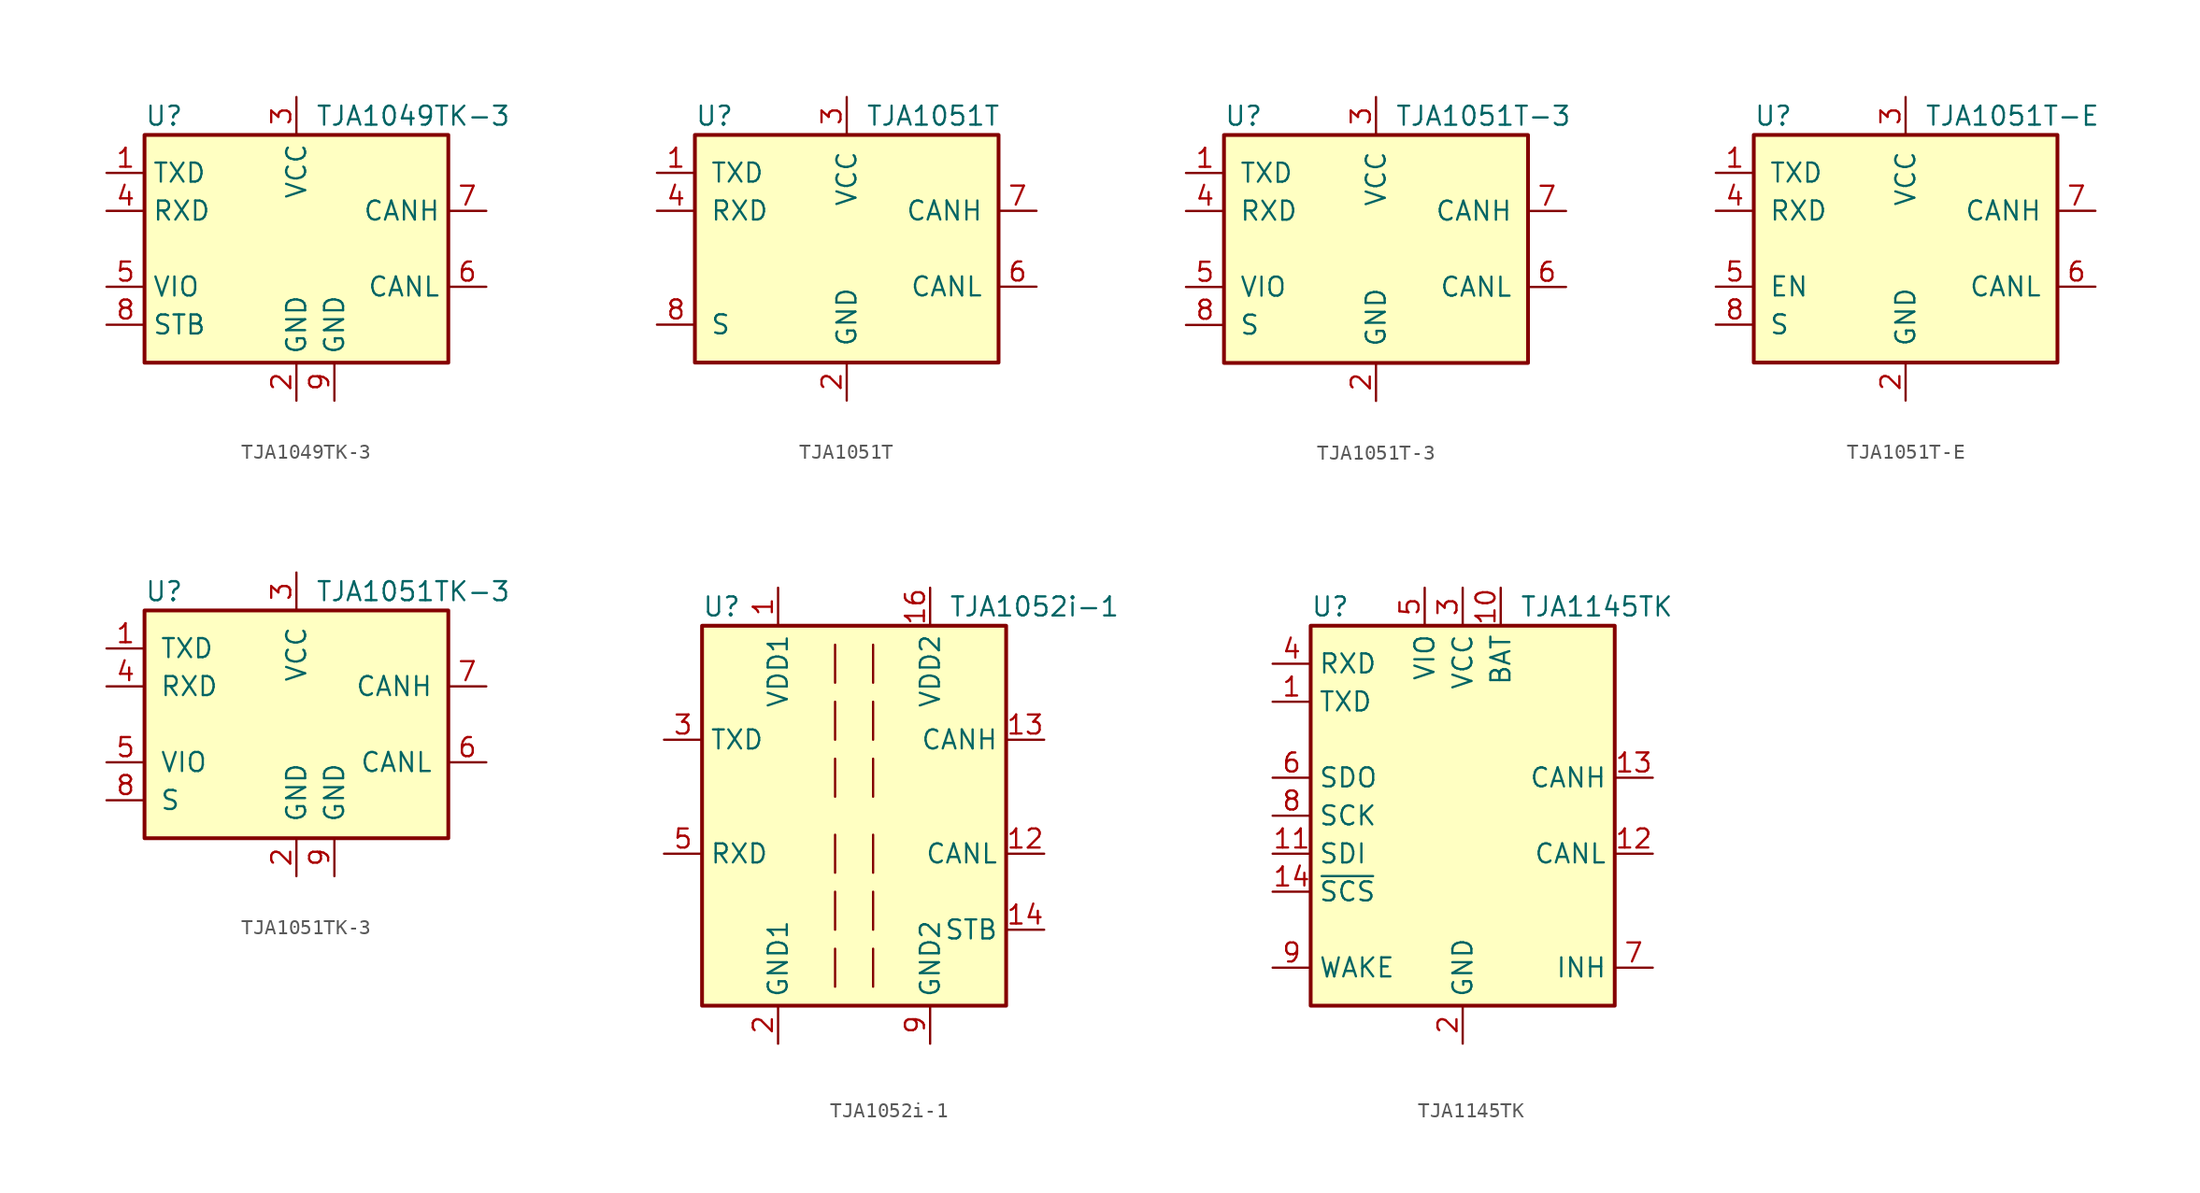
<source format=kicad_sym>
(kicad_symbol_lib
  (version 20211014)
  (generator kicad_symbol_editor)
  (symbol "TJA1049TK-3"
    (property "Reference" "U"
      (at -10.16 8.89 0)
      (effects (font (size 1.27 1.27)) (justify left)))
    (property "Value" "TJA1049TK-3"
      (at 1.27 8.89 0)
      (effects (font (size 1.27 1.27)) (justify left)))
    (symbol "TJA1049TK-3_0_1"
      (rectangle (start -10.16 7.62) (end 10.16 -7.62) (stroke (width 0.254) (type default) (color 0 0 0 0)) (fill (type background))))
    (symbol "TJA1049TK-3_1_1"
      (pin input line (at -12.7 5.08 0) (length 2.54) (name "TXD" (effects (font (size 1.27 1.27)))) (number "1" (effects (font (size 1.27 1.27)))))
      (pin power_in line (at 0 -10.16 90) (length 2.54) (name "GND" (effects (font (size 1.27 1.27)))) (number "2" (effects (font (size 1.27 1.27)))))
      (pin power_in line (at 0 10.16 270) (length 2.54) (name "VCC" (effects (font (size 1.27 1.27)))) (number "3" (effects (font (size 1.27 1.27)))))
      (pin output line (at -12.7 2.54 0) (length 2.54) (name "RXD" (effects (font (size 1.27 1.27)))) (number "4" (effects (font (size 1.27 1.27)))))
      (pin power_in line (at -12.7 -2.54 0) (length 2.54) (name "VIO" (effects (font (size 1.27 1.27)))) (number "5" (effects (font (size 1.27 1.27)))))
      (pin bidirectional line (at 12.7 -2.54 180) (length 2.54) (name "CANL" (effects (font (size 1.27 1.27)))) (number "6" (effects (font (size 1.27 1.27)))))
      (pin bidirectional line (at 12.7 2.54 180) (length 2.54) (name "CANH" (effects (font (size 1.27 1.27)))) (number "7" (effects (font (size 1.27 1.27)))))
      (pin input line (at -12.7 -5.08 0) (length 2.54) (name "STB" (effects (font (size 1.27 1.27)))) (number "8" (effects (font (size 1.27 1.27)))))
      (pin power_in line (at 2.54 -10.16 90) (length 2.54) (name "GND" (effects (font (size 1.27 1.27)))) (number "9" (effects (font (size 1.27 1.27)))))))
  (symbol "TJA1051T"
    (pin_names
      (offset 1.016))
    (property "Reference" "U"
      (at -10.16 8.89 0)
      (effects (font (size 1.27 1.27)) (justify left)))
    (property "Value" "TJA1051T"
      (at 1.27 8.89 0)
      (effects (font (size 1.27 1.27)) (justify left)))
    (symbol "TJA1051T_0_1"
      (rectangle (start -10.16 7.62) (end 10.16 -7.62) (stroke (width 0.254) (type default) (color 0 0 0 0)) (fill (type background))))
    (symbol "TJA1051T_1_1"
      (pin input line (at -12.7 5.08 0) (length 2.54) (name "TXD" (effects (font (size 1.27 1.27)))) (number "1" (effects (font (size 1.27 1.27)))))
      (pin power_in line (at 0 -10.16 90) (length 2.54) (name "GND" (effects (font (size 1.27 1.27)))) (number "2" (effects (font (size 1.27 1.27)))))
      (pin power_in line (at 0 10.16 270) (length 2.54) (name "VCC" (effects (font (size 1.27 1.27)))) (number "3" (effects (font (size 1.27 1.27)))))
      (pin output line (at -12.7 2.54 0) (length 2.54) (name "RXD" (effects (font (size 1.27 1.27)))) (number "4" (effects (font (size 1.27 1.27)))))
      (pin no_connect line (at -12.7 -2.54 0) (length 2.54) hide (name "n.c." (effects (font (size 1.27 1.27)))) (number "5" (effects (font (size 1.27 1.27)))))
      (pin bidirectional line (at 12.7 -2.54 180) (length 2.54) (name "CANL" (effects (font (size 1.27 1.27)))) (number "6" (effects (font (size 1.27 1.27)))))
      (pin bidirectional line (at 12.7 2.54 180) (length 2.54) (name "CANH" (effects (font (size 1.27 1.27)))) (number "7" (effects (font (size 1.27 1.27)))))
      (pin input line (at -12.7 -5.08 0) (length 2.54) (name "S" (effects (font (size 1.27 1.27)))) (number "8" (effects (font (size 1.27 1.27)))))))
  (symbol "TJA1051T-3"
    (pin_names
      (offset 1.016))
    (property "Reference" "U"
      (at -10.16 8.89 0)
      (effects (font (size 1.27 1.27)) (justify left)))
    (property "Value" "TJA1051T-3"
      (at 1.27 8.89 0)
      (effects (font (size 1.27 1.27)) (justify left)))
    (symbol "TJA1051T-3_0_1"
      (rectangle (start -10.16 7.62) (end 10.16 -7.62) (stroke (width 0.254) (type default) (color 0 0 0 0)) (fill (type background))))
    (symbol "TJA1051T-3_1_1"
      (pin input line (at -12.7 5.08 0) (length 2.54) (name "TXD" (effects (font (size 1.27 1.27)))) (number "1" (effects (font (size 1.27 1.27)))))
      (pin power_in line (at 0 -10.16 90) (length 2.54) (name "GND" (effects (font (size 1.27 1.27)))) (number "2" (effects (font (size 1.27 1.27)))))
      (pin power_in line (at 0 10.16 270) (length 2.54) (name "VCC" (effects (font (size 1.27 1.27)))) (number "3" (effects (font (size 1.27 1.27)))))
      (pin output line (at -12.7 2.54 0) (length 2.54) (name "RXD" (effects (font (size 1.27 1.27)))) (number "4" (effects (font (size 1.27 1.27)))))
      (pin power_in line (at -12.7 -2.54 0) (length 2.54) (name "VIO" (effects (font (size 1.27 1.27)))) (number "5" (effects (font (size 1.27 1.27)))))
      (pin bidirectional line (at 12.7 -2.54 180) (length 2.54) (name "CANL" (effects (font (size 1.27 1.27)))) (number "6" (effects (font (size 1.27 1.27)))))
      (pin bidirectional line (at 12.7 2.54 180) (length 2.54) (name "CANH" (effects (font (size 1.27 1.27)))) (number "7" (effects (font (size 1.27 1.27)))))
      (pin input line (at -12.7 -5.08 0) (length 2.54) (name "S" (effects (font (size 1.27 1.27)))) (number "8" (effects (font (size 1.27 1.27)))))))
  (symbol "TJA1051T-E"
    (pin_names
      (offset 1.016))
    (property "Reference" "U"
      (at -10.16 8.89 0)
      (effects (font (size 1.27 1.27)) (justify left)))
    (property "Value" "TJA1051T-E"
      (at 1.27 8.89 0)
      (effects (font (size 1.27 1.27)) (justify left)))
    (symbol "TJA1051T-E_0_1"
      (rectangle (start -10.16 7.62) (end 10.16 -7.62) (stroke (width 0.254) (type default) (color 0 0 0 0)) (fill (type background))))
    (symbol "TJA1051T-E_1_1"
      (pin input line (at -12.7 5.08 0) (length 2.54) (name "TXD" (effects (font (size 1.27 1.27)))) (number "1" (effects (font (size 1.27 1.27)))))
      (pin power_in line (at 0 -10.16 90) (length 2.54) (name "GND" (effects (font (size 1.27 1.27)))) (number "2" (effects (font (size 1.27 1.27)))))
      (pin power_in line (at 0 10.16 270) (length 2.54) (name "VCC" (effects (font (size 1.27 1.27)))) (number "3" (effects (font (size 1.27 1.27)))))
      (pin output line (at -12.7 2.54 0) (length 2.54) (name "RXD" (effects (font (size 1.27 1.27)))) (number "4" (effects (font (size 1.27 1.27)))))
      (pin input line (at -12.7 -2.54 0) (length 2.54) (name "EN" (effects (font (size 1.27 1.27)))) (number "5" (effects (font (size 1.27 1.27)))))
      (pin bidirectional line (at 12.7 -2.54 180) (length 2.54) (name "CANL" (effects (font (size 1.27 1.27)))) (number "6" (effects (font (size 1.27 1.27)))))
      (pin bidirectional line (at 12.7 2.54 180) (length 2.54) (name "CANH" (effects (font (size 1.27 1.27)))) (number "7" (effects (font (size 1.27 1.27)))))
      (pin input line (at -12.7 -5.08 0) (length 2.54) (name "S" (effects (font (size 1.27 1.27)))) (number "8" (effects (font (size 1.27 1.27)))))))
  (symbol "TJA1051TK-3"
    (pin_names
      (offset 1.016))
    (property "Reference" "U"
      (at -10.16 8.89 0)
      (effects (font (size 1.27 1.27)) (justify left)))
    (property "Value" "TJA1051TK-3"
      (at 1.27 8.89 0)
      (effects (font (size 1.27 1.27)) (justify left)))
    (symbol "TJA1051TK-3_0_1"
      (rectangle (start -10.16 7.62) (end 10.16 -7.62) (stroke (width 0.254) (type default) (color 0 0 0 0)) (fill (type background))))
    (symbol "TJA1051TK-3_1_1"
      (pin input line (at -12.7 5.08 0) (length 2.54) (name "TXD" (effects (font (size 1.27 1.27)))) (number "1" (effects (font (size 1.27 1.27)))))
      (pin power_in line (at 0 -10.16 90) (length 2.54) (name "GND" (effects (font (size 1.27 1.27)))) (number "2" (effects (font (size 1.27 1.27)))))
      (pin power_in line (at 0 10.16 270) (length 2.54) (name "VCC" (effects (font (size 1.27 1.27)))) (number "3" (effects (font (size 1.27 1.27)))))
      (pin output line (at -12.7 2.54 0) (length 2.54) (name "RXD" (effects (font (size 1.27 1.27)))) (number "4" (effects (font (size 1.27 1.27)))))
      (pin power_in line (at -12.7 -2.54 0) (length 2.54) (name "VIO" (effects (font (size 1.27 1.27)))) (number "5" (effects (font (size 1.27 1.27)))))
      (pin bidirectional line (at 12.7 -2.54 180) (length 2.54) (name "CANL" (effects (font (size 1.27 1.27)))) (number "6" (effects (font (size 1.27 1.27)))))
      (pin bidirectional line (at 12.7 2.54 180) (length 2.54) (name "CANH" (effects (font (size 1.27 1.27)))) (number "7" (effects (font (size 1.27 1.27)))))
      (pin input line (at -12.7 -5.08 0) (length 2.54) (name "S" (effects (font (size 1.27 1.27)))) (number "8" (effects (font (size 1.27 1.27)))))
      (pin power_in line (at 2.54 -10.16 90) (length 2.54) (name "GND" (effects (font (size 1.27 1.27)))) (number "9" (effects (font (size 1.27 1.27)))))))
  (symbol "TJA1052i-1"
    (property "Reference" "U"
      (at -10.16 13.97 0)
      (effects (font (size 1.27 1.27)) (justify left)))
    (property "Value" "TJA1052i-1"
      (at 17.78 13.97 0)
      (effects (font (size 1.27 1.27)) (justify right)))
    (symbol "TJA1052i-1_0_1"
      (rectangle (start -10.16 12.7) (end 10.16 -12.7) (stroke (width 0.254) (type default) (color 0 0 0 0)) (fill (type background)))
      (polyline (pts (xy -1.27 -11.43) (xy -1.27 -8.89)) (stroke (width 0) (type default) (color 0 0 0 0)) (fill (type none)))
      (polyline (pts (xy -1.27 3.81) (xy -1.27 1.27)) (stroke (width 0) (type default) (color 0 0 0 0)) (fill (type none)))
      (polyline (pts (xy -1.27 7.62) (xy -1.27 5.08)) (stroke (width 0) (type default) (color 0 0 0 0)) (fill (type none)))
      (polyline (pts (xy -1.27 11.43) (xy -1.27 8.89)) (stroke (width 0) (type default) (color 0 0 0 0)) (fill (type none)))
      (polyline (pts (xy 1.27 -11.43) (xy 1.27 -8.89)) (stroke (width 0) (type default) (color 0 0 0 0)) (fill (type none)))
      (polyline (pts (xy 1.27 -7.62) (xy 1.27 -5.08)) (stroke (width 0) (type default) (color 0 0 0 0)) (fill (type none)))
      (polyline (pts (xy 1.27 -3.81) (xy 1.27 -1.27)) (stroke (width 0) (type default) (color 0 0 0 0)) (fill (type none)))
      (polyline (pts (xy 1.27 1.27) (xy 1.27 3.81)) (stroke (width 0) (type default) (color 0 0 0 0)) (fill (type none)))
      (polyline (pts (xy 1.27 5.08) (xy 1.27 7.62)) (stroke (width 0) (type default) (color 0 0 0 0)) (fill (type none)))
      (polyline (pts (xy 1.27 8.89) (xy 1.27 11.43)) (stroke (width 0) (type default) (color 0 0 0 0)) (fill (type none)))
      (polyline (pts (xy -1.27 -7.62) (xy -1.27 -6.35) (xy -1.27 -5.08)) (stroke (width 0) (type default) (color 0 0 0 0)) (fill (type none)))
      (polyline (pts (xy -1.27 -3.81) (xy -1.27 -2.54) (xy -1.27 -1.27)) (stroke (width 0) (type default) (color 0 0 0 0)) (fill (type none))))
    (symbol "TJA1052i-1_1_1"
      (pin power_in line (at -5.08 15.24 270) (length 2.54) (name "VDD1" (effects (font (size 1.27 1.27)))) (number "1" (effects (font (size 1.27 1.27)))))
      (pin passive line (at 5.08 -15.24 90) (length 2.54) hide (name "GND2" (effects (font (size 1.27 1.27)))) (number "10" (effects (font (size 1.27 1.27)))))
      (pin passive line (at 5.08 15.24 270) (length 2.54) hide (name "VDD2" (effects (font (size 1.27 1.27)))) (number "11" (effects (font (size 1.27 1.27)))))
      (pin bidirectional line (at 12.7 -2.54 180) (length 2.54) (name "CANL" (effects (font (size 1.27 1.27)))) (number "12" (effects (font (size 1.27 1.27)))))
      (pin bidirectional line (at 12.7 5.08 180) (length 2.54) (name "CANH" (effects (font (size 1.27 1.27)))) (number "13" (effects (font (size 1.27 1.27)))))
      (pin input line (at 12.7 -7.62 180) (length 2.54) (name "STB" (effects (font (size 1.27 1.27)))) (number "14" (effects (font (size 1.27 1.27)))))
      (pin passive line (at 5.08 -15.24 90) (length 2.54) hide (name "GND2" (effects (font (size 1.27 1.27)))) (number "15" (effects (font (size 1.27 1.27)))))
      (pin power_in line (at 5.08 15.24 270) (length 2.54) (name "VDD2" (effects (font (size 1.27 1.27)))) (number "16" (effects (font (size 1.27 1.27)))))
      (pin power_in line (at -5.08 -15.24 90) (length 2.54) (name "GND1" (effects (font (size 1.27 1.27)))) (number "2" (effects (font (size 1.27 1.27)))))
      (pin input line (at -12.7 5.08 0) (length 2.54) (name "TXD" (effects (font (size 1.27 1.27)))) (number "3" (effects (font (size 1.27 1.27)))))
      (pin no_connect line (at -10.16 -7.62 0) (length 2.54) hide (name "NC" (effects (font (size 1.27 1.27)))) (number "4" (effects (font (size 1.27 1.27)))))
      (pin output line (at -12.7 -2.54 0) (length 2.54) (name "RXD" (effects (font (size 1.27 1.27)))) (number "5" (effects (font (size 1.27 1.27)))))
      (pin no_connect line (at -10.16 -10.16 0) (length 2.54) hide (name "NC" (effects (font (size 1.27 1.27)))) (number "6" (effects (font (size 1.27 1.27)))))
      (pin passive line (at -5.08 -15.24 90) (length 2.54) hide (name "GND1" (effects (font (size 1.27 1.27)))) (number "7" (effects (font (size 1.27 1.27)))))
      (pin passive line (at -5.08 -15.24 90) (length 2.54) hide (name "GND1" (effects (font (size 1.27 1.27)))) (number "8" (effects (font (size 1.27 1.27)))))
      (pin power_in line (at 5.08 -15.24 90) (length 2.54) (name "GND2" (effects (font (size 1.27 1.27)))) (number "9" (effects (font (size 1.27 1.27)))))))
  (symbol "TJA1145TK"
    (property "Reference" "U"
      (at -10.16 13.97 0)
      (effects (font (size 1.27 1.27)) (justify left)))
    (property "Value" "TJA1145TK"
      (at 3.81 13.97 0)
      (effects (font (size 1.27 1.27)) (justify left)))
    (symbol "TJA1145TK_0_1"
      (rectangle (start -10.16 12.7) (end 10.16 -12.7) (stroke (width 0.254) (type default) (color 0 0 0 0)) (fill (type background))))
    (symbol "TJA1145TK_1_1"
      (pin input line (at -12.7 7.62 0) (length 2.54) (name "TXD" (effects (font (size 1.27 1.27)))) (number "1" (effects (font (size 1.27 1.27)))))
      (pin power_in line (at 2.54 15.24 270) (length 2.54) (name "BAT" (effects (font (size 1.27 1.27)))) (number "10" (effects (font (size 1.27 1.27)))))
      (pin input line (at -12.7 -2.54 0) (length 2.54) (name "SDI" (effects (font (size 1.27 1.27)))) (number "11" (effects (font (size 1.27 1.27)))))
      (pin bidirectional line (at 12.7 -2.54 180) (length 2.54) (name "CANL" (effects (font (size 1.27 1.27)))) (number "12" (effects (font (size 1.27 1.27)))))
      (pin bidirectional line (at 12.7 2.54 180) (length 2.54) (name "CANH" (effects (font (size 1.27 1.27)))) (number "13" (effects (font (size 1.27 1.27)))))
      (pin input line (at -12.7 -5.08 0) (length 2.54) (name "~{SCS}" (effects (font (size 1.27 1.27)))) (number "14" (effects (font (size 1.27 1.27)))))
      (pin passive line (at 0 -15.24 90) (length 2.54) hide (name "GND" (effects (font (size 1.27 1.27)))) (number "15" (effects (font (size 1.27 1.27)))))
      (pin power_in line (at 0 -15.24 90) (length 2.54) (name "GND" (effects (font (size 1.27 1.27)))) (number "2" (effects (font (size 1.27 1.27)))))
      (pin power_in line (at 0 15.24 270) (length 2.54) (name "VCC" (effects (font (size 1.27 1.27)))) (number "3" (effects (font (size 1.27 1.27)))))
      (pin output line (at -12.7 10.16 0) (length 2.54) (name "RXD" (effects (font (size 1.27 1.27)))) (number "4" (effects (font (size 1.27 1.27)))))
      (pin power_in line (at -2.54 15.24 270) (length 2.54) (name "VIO" (effects (font (size 1.27 1.27)))) (number "5" (effects (font (size 1.27 1.27)))))
      (pin output line (at -12.7 2.54 0) (length 2.54) (name "SDO" (effects (font (size 1.27 1.27)))) (number "6" (effects (font (size 1.27 1.27)))))
      (pin open_emitter line (at 12.7 -10.16 180) (length 2.54) (name "INH" (effects (font (size 1.27 1.27)))) (number "7" (effects (font (size 1.27 1.27)))))
      (pin input line (at -12.7 0 0) (length 2.54) (name "SCK" (effects (font (size 1.27 1.27)))) (number "8" (effects (font (size 1.27 1.27)))))
      (pin input line (at -12.7 -10.16 0) (length 2.54) (name "WAKE" (effects (font (size 1.27 1.27)))) (number "9" (effects (font (size 1.27 1.27))))))))
</source>
